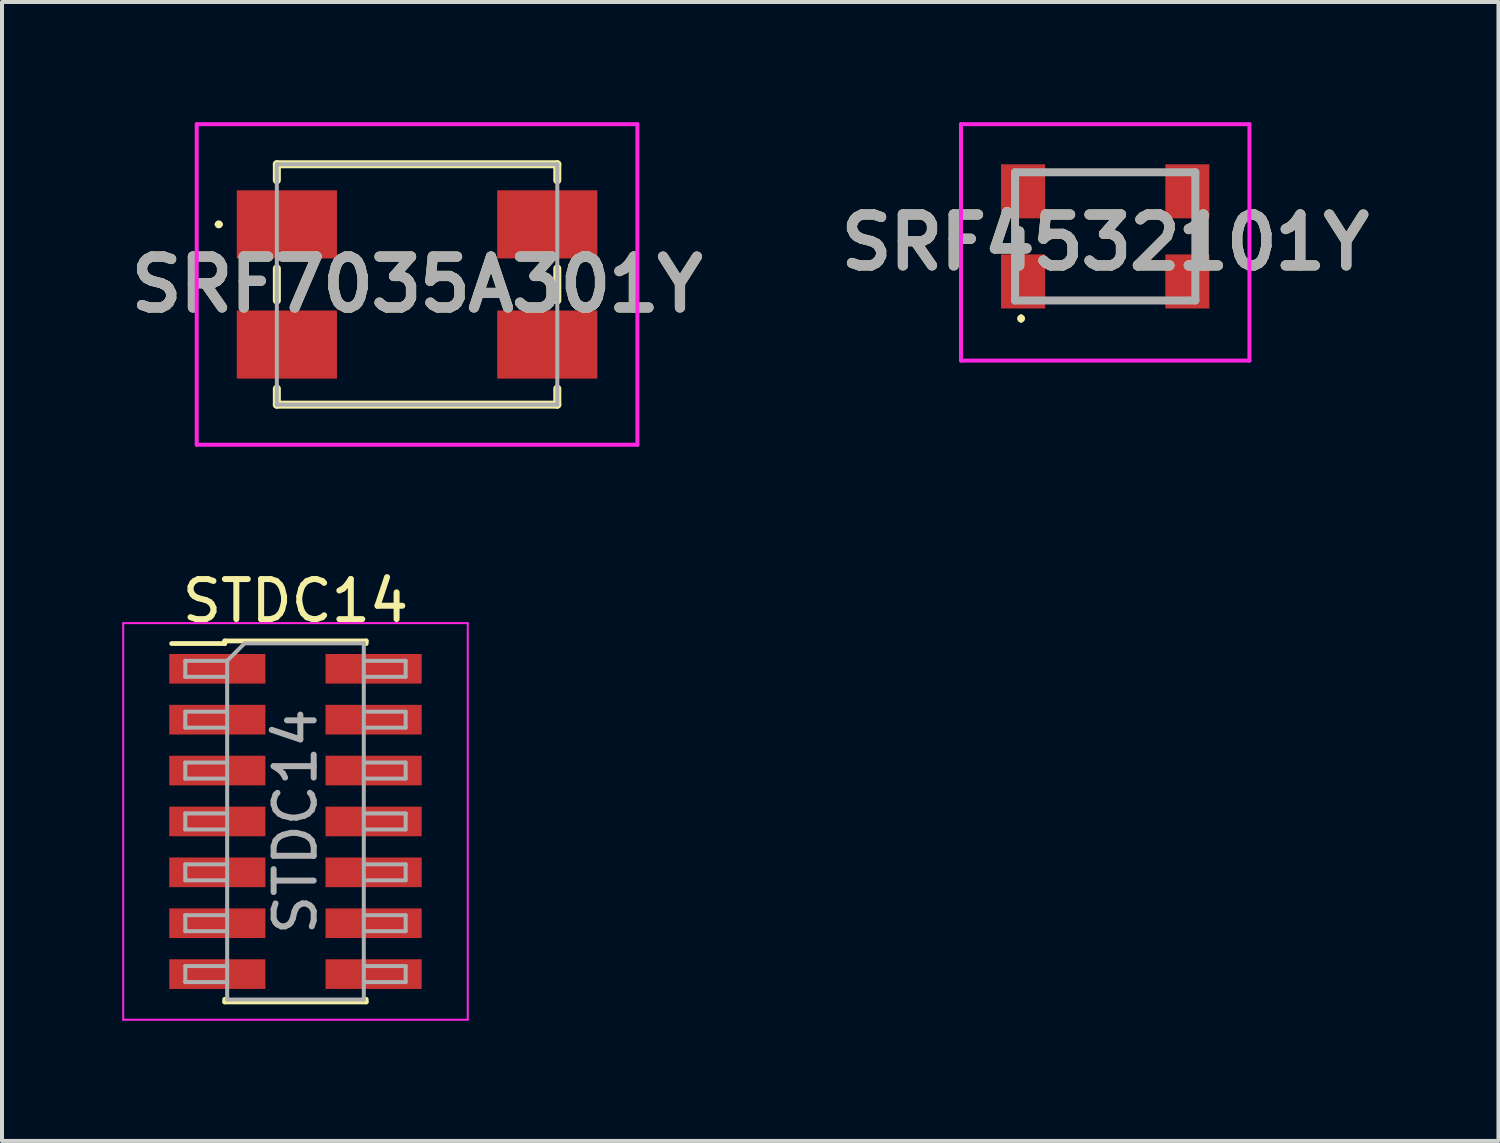
<source format=kicad_pcb>
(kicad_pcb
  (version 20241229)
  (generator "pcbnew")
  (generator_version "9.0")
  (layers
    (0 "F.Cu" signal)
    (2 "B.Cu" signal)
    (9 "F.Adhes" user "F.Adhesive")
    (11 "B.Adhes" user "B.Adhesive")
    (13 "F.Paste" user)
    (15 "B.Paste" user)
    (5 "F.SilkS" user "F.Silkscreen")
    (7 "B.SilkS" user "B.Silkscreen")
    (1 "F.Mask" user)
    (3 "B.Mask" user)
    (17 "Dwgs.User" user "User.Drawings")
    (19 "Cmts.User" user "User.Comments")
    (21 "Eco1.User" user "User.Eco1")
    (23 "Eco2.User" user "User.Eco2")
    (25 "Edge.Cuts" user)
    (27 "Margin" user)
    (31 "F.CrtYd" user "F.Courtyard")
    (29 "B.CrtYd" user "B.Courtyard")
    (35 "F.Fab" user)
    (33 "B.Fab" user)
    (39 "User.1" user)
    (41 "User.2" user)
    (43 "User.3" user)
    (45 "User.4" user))
  (footprint "SRF4532101Y"
    (layer "F.Cu")
    (at 24.536 3.1)
    (property "Reference" "SRF4532101Y" (at 0 -0.1 0) (layer "F.SilkS") (effects (font (size 1.27 1.27) (thickness 0.254))))
    (attr smd)
    (fp_line (start -2.25 -0.45) (end -2.25 -0.05) (stroke (width 0.1) (type solid)) (layer "F.SilkS"))
    (fp_line (start -2.1 1.75) (end -2.1 1.75) (stroke (width 0.1) (type solid)) (layer "F.SilkS"))
    (fp_line (start -2.1 1.85) (end -2.1 1.85) (stroke (width 0.1) (type solid)) (layer "F.SilkS"))
    (fp_line (start -1.2 -1.85) (end 1.2 -1.85) (stroke (width 0.1) (type solid)) (layer "F.SilkS"))
    (fp_line (start -1.2 1.35) (end 1.2 1.35) (stroke (width 0.1) (type solid)) (layer "F.SilkS"))
    (fp_line (start 2.25 -0.45) (end 2.25 -0.05) (stroke (width 0.1) (type solid)) (layer "F.SilkS"))
    (fp_arc (start -2.1 1.75) (mid -2.05 1.8) (end -2.1 1.85) (stroke (width 0.1) (type solid)) (layer "F.SilkS"))
    (fp_arc (start -2.1 1.85) (mid -2.15 1.8) (end -2.1 1.75) (stroke (width 0.1) (type solid)) (layer "F.SilkS"))
    (fp_line (start -3.6 -3.05) (end 3.6 -3.05) (stroke (width 0.1) (type solid)) (layer "F.CrtYd"))
    (fp_line (start -3.6 2.85) (end -3.6 -3.05) (stroke (width 0.1) (type solid)) (layer "F.CrtYd"))
    (fp_line (start 3.6 -3.05) (end 3.6 2.85) (stroke (width 0.1) (type solid)) (layer "F.CrtYd"))
    (fp_line (start 3.6 2.85) (end -3.6 2.85) (stroke (width 0.1) (type solid)) (layer "F.CrtYd"))
    (fp_line (start -2.25 -1.85) (end 2.25 -1.85) (stroke (width 0.2) (type solid)) (layer "F.Fab"))
    (fp_line (start -2.25 1.35) (end -2.25 -1.85) (stroke (width 0.2) (type solid)) (layer "F.Fab"))
    (fp_line (start 2.25 -1.85) (end 2.25 1.35) (stroke (width 0.2) (type solid)) (layer "F.Fab"))
    (fp_line (start 2.25 1.35) (end -2.25 1.35) (stroke (width 0.2) (type solid)) (layer "F.Fab"))
    (fp_text user "${REFERENCE}" (at 0 -0.1 0) (layer "F.Fab") (effects (font (size 1.27 1.27) (thickness 0.254))))
    (pad "1" smd rect (at -2.05 0.875 90) (size 1.35 1.1) (layers "F.Cu" "F.Mask" "F.Paste"))
    (pad "2" smd rect (at 2.05 0.875 90) (size 1.35 1.1) (layers "F.Cu" "F.Mask" "F.Paste"))
    (pad "3" smd rect (at 2.05 -1.375 90) (size 1.35 1.1) (layers "F.Cu" "F.Mask" "F.Paste"))
    (pad "4" smd rect (at -2.05 -1.375 90) (size 1.35 1.1) (layers "F.Cu" "F.Mask" "F.Paste")))
  (footprint "STDC14"
    (layer "F.Cu")
    (at 4.325 17.453)
    (property "Reference" "STDC14" (at 0 -5.505 0) (layer "F.SilkS") (effects (font (size 1 1) (thickness 0.15))))
    (attr smd)
    (fp_line (start -3.09 -4.44) (end -1.765 -4.44) (stroke (width 0.12) (type solid)) (layer "F.SilkS"))
    (fp_line (start -1.765 -4.505) (end -1.765 -4.44) (stroke (width 0.12) (type solid)) (layer "F.SilkS"))
    (fp_line (start -1.765 -4.505) (end 1.765 -4.505) (stroke (width 0.12) (type solid)) (layer "F.SilkS"))
    (fp_line (start -1.765 4.44) (end -1.765 4.505) (stroke (width 0.12) (type solid)) (layer "F.SilkS"))
    (fp_line (start -1.765 4.505) (end 1.765 4.505) (stroke (width 0.12) (type solid)) (layer "F.SilkS"))
    (fp_line (start 1.765 -4.505) (end 1.765 -4.44) (stroke (width 0.12) (type solid)) (layer "F.SilkS"))
    (fp_line (start 1.765 4.44) (end 1.765 4.505) (stroke (width 0.12) (type solid)) (layer "F.SilkS"))
    (fp_line (start -4.3 -4.95) (end -4.3 4.95) (stroke (width 0.05) (type solid)) (layer "F.CrtYd"))
    (fp_line (start -4.3 4.95) (end 4.3 4.95) (stroke (width 0.05) (type solid)) (layer "F.CrtYd"))
    (fp_line (start 4.3 -4.95) (end -4.3 -4.95) (stroke (width 0.05) (type solid)) (layer "F.CrtYd"))
    (fp_line (start 4.3 4.95) (end 4.3 -4.95) (stroke (width 0.05) (type solid)) (layer "F.CrtYd"))
    (fp_line (start -2.75 -4.01) (end -2.75 -3.61) (stroke (width 0.1) (type solid)) (layer "F.Fab"))
    (fp_line (start -2.75 -3.61) (end -1.705 -3.61) (stroke (width 0.1) (type solid)) (layer "F.Fab"))
    (fp_line (start -2.75 -2.74) (end -2.75 -2.34) (stroke (width 0.1) (type solid)) (layer "F.Fab"))
    (fp_line (start -2.75 -2.34) (end -1.705 -2.34) (stroke (width 0.1) (type solid)) (layer "F.Fab"))
    (fp_line (start -2.75 -1.47) (end -2.75 -1.07) (stroke (width 0.1) (type solid)) (layer "F.Fab"))
    (fp_line (start -2.75 -1.07) (end -1.705 -1.07) (stroke (width 0.1) (type solid)) (layer "F.Fab"))
    (fp_line (start -2.75 -0.2) (end -2.75 0.2) (stroke (width 0.1) (type solid)) (layer "F.Fab"))
    (fp_line (start -2.75 0.2) (end -1.705 0.2) (stroke (width 0.1) (type solid)) (layer "F.Fab"))
    (fp_line (start -2.75 1.07) (end -2.75 1.47) (stroke (width 0.1) (type solid)) (layer "F.Fab"))
    (fp_line (start -2.75 1.47) (end -1.705 1.47) (stroke (width 0.1) (type solid)) (layer "F.Fab"))
    (fp_line (start -2.75 2.34) (end -2.75 2.74) (stroke (width 0.1) (type solid)) (layer "F.Fab"))
    (fp_line (start -2.75 2.74) (end -1.705 2.74) (stroke (width 0.1) (type solid)) (layer "F.Fab"))
    (fp_line (start -2.75 3.61) (end -2.75 4.01) (stroke (width 0.1) (type solid)) (layer "F.Fab"))
    (fp_line (start -2.75 4.01) (end -1.705 4.01) (stroke (width 0.1) (type solid)) (layer "F.Fab"))
    (fp_line (start -1.705 -4.01) (end -2.75 -4.01) (stroke (width 0.1) (type solid)) (layer "F.Fab"))
    (fp_line (start -1.705 -4.01) (end -1.27 -4.445) (stroke (width 0.1) (type solid)) (layer "F.Fab"))
    (fp_line (start -1.705 -2.74) (end -2.75 -2.74) (stroke (width 0.1) (type solid)) (layer "F.Fab"))
    (fp_line (start -1.705 -1.47) (end -2.75 -1.47) (stroke (width 0.1) (type solid)) (layer "F.Fab"))
    (fp_line (start -1.705 -0.2) (end -2.75 -0.2) (stroke (width 0.1) (type solid)) (layer "F.Fab"))
    (fp_line (start -1.705 1.07) (end -2.75 1.07) (stroke (width 0.1) (type solid)) (layer "F.Fab"))
    (fp_line (start -1.705 2.34) (end -2.75 2.34) (stroke (width 0.1) (type solid)) (layer "F.Fab"))
    (fp_line (start -1.705 3.61) (end -2.75 3.61) (stroke (width 0.1) (type solid)) (layer "F.Fab"))
    (fp_line (start -1.705 4.445) (end -1.705 -4.01) (stroke (width 0.1) (type solid)) (layer "F.Fab"))
    (fp_line (start -1.27 -4.445) (end 1.705 -4.445) (stroke (width 0.1) (type solid)) (layer "F.Fab"))
    (fp_line (start 1.705 -4.445) (end 1.705 4.445) (stroke (width 0.1) (type solid)) (layer "F.Fab"))
    (fp_line (start 1.705 -4.01) (end 2.75 -4.01) (stroke (width 0.1) (type solid)) (layer "F.Fab"))
    (fp_line (start 1.705 -2.74) (end 2.75 -2.74) (stroke (width 0.1) (type solid)) (layer "F.Fab"))
    (fp_line (start 1.705 -1.47) (end 2.75 -1.47) (stroke (width 0.1) (type solid)) (layer "F.Fab"))
    (fp_line (start 1.705 -0.2) (end 2.75 -0.2) (stroke (width 0.1) (type solid)) (layer "F.Fab"))
    (fp_line (start 1.705 1.07) (end 2.75 1.07) (stroke (width 0.1) (type solid)) (layer "F.Fab"))
    (fp_line (start 1.705 2.34) (end 2.75 2.34) (stroke (width 0.1) (type solid)) (layer "F.Fab"))
    (fp_line (start 1.705 3.61) (end 2.75 3.61) (stroke (width 0.1) (type solid)) (layer "F.Fab"))
    (fp_line (start 1.705 4.445) (end -1.705 4.445) (stroke (width 0.1) (type solid)) (layer "F.Fab"))
    (fp_line (start 2.75 -4.01) (end 2.75 -3.61) (stroke (width 0.1) (type solid)) (layer "F.Fab"))
    (fp_line (start 2.75 -3.61) (end 1.705 -3.61) (stroke (width 0.1) (type solid)) (layer "F.Fab"))
    (fp_line (start 2.75 -2.74) (end 2.75 -2.34) (stroke (width 0.1) (type solid)) (layer "F.Fab"))
    (fp_line (start 2.75 -2.34) (end 1.705 -2.34) (stroke (width 0.1) (type solid)) (layer "F.Fab"))
    (fp_line (start 2.75 -1.47) (end 2.75 -1.07) (stroke (width 0.1) (type solid)) (layer "F.Fab"))
    (fp_line (start 2.75 -1.07) (end 1.705 -1.07) (stroke (width 0.1) (type solid)) (layer "F.Fab"))
    (fp_line (start 2.75 -0.2) (end 2.75 0.2) (stroke (width 0.1) (type solid)) (layer "F.Fab"))
    (fp_line (start 2.75 0.2) (end 1.705 0.2) (stroke (width 0.1) (type solid)) (layer "F.Fab"))
    (fp_line (start 2.75 1.07) (end 2.75 1.47) (stroke (width 0.1) (type solid)) (layer "F.Fab"))
    (fp_line (start 2.75 1.47) (end 1.705 1.47) (stroke (width 0.1) (type solid)) (layer "F.Fab"))
    (fp_line (start 2.75 2.34) (end 2.75 2.74) (stroke (width 0.1) (type solid)) (layer "F.Fab"))
    (fp_line (start 2.75 2.74) (end 1.705 2.74) (stroke (width 0.1) (type solid)) (layer "F.Fab"))
    (fp_line (start 2.75 3.61) (end 2.75 4.01) (stroke (width 0.1) (type solid)) (layer "F.Fab"))
    (fp_line (start 2.75 4.01) (end 1.705 4.01) (stroke (width 0.1) (type solid)) (layer "F.Fab"))
    (fp_text user "${REFERENCE}" (at 0 0 90) (layer "F.Fab") (effects (font (size 1 1) (thickness 0.15))))
    (pad "1" smd rect (at -1.95 -3.81) (size 2.4 0.74) (layers "F.Cu" "F.Mask" "F.Paste"))
    (pad "2" smd rect (at 1.95 -3.81) (size 2.4 0.74) (layers "F.Cu" "F.Mask" "F.Paste"))
    (pad "3" smd rect (at -1.95 -2.54) (size 2.4 0.74) (layers "F.Cu" "F.Mask" "F.Paste"))
    (pad "4" smd rect (at 1.95 -2.54) (size 2.4 0.74) (layers "F.Cu" "F.Mask" "F.Paste"))
    (pad "5" smd rect (at -1.95 -1.27) (size 2.4 0.74) (layers "F.Cu" "F.Mask" "F.Paste"))
    (pad "6" smd rect (at 1.95 -1.27) (size 2.4 0.74) (layers "F.Cu" "F.Mask" "F.Paste"))
    (pad "7" smd rect (at -1.95 0) (size 2.4 0.74) (layers "F.Cu" "F.Mask" "F.Paste"))
    (pad "8" smd rect (at 1.95 0) (size 2.4 0.74) (layers "F.Cu" "F.Mask" "F.Paste"))
    (pad "9" smd rect (at -1.95 1.27) (size 2.4 0.74) (layers "F.Cu" "F.Mask" "F.Paste"))
    (pad "10" smd rect (at 1.95 1.27) (size 2.4 0.74) (layers "F.Cu" "F.Mask" "F.Paste"))
    (pad "11" smd rect (at -1.95 2.54) (size 2.4 0.74) (layers "F.Cu" "F.Mask" "F.Paste"))
    (pad "12" smd rect (at 1.95 2.54) (size 2.4 0.74) (layers "F.Cu" "F.Mask" "F.Paste"))
    (pad "13" smd rect (at -1.95 3.81) (size 2.4 0.74) (layers "F.Cu" "F.Mask" "F.Paste"))
    (pad "14" smd rect (at 1.95 3.81) (size 2.4 0.74) (layers "F.Cu" "F.Mask" "F.Paste")))
  (footprint "SRF7035A301Y"
    (layer "F.Cu")
    (at 7.36 4.05)
    (property "Reference" "SRF7035A301Y" (at 0 0 0) (layer "F.SilkS") (effects (font (size 1.27 1.27) (thickness 0.254))))
    (attr smd)
    (fp_line (start -5 -1.5) (end -5 -1.5) (stroke (width 0.1) (type solid)) (layer "F.SilkS"))
    (fp_line (start -4.9 -1.5) (end -4.9 -1.5) (stroke (width 0.1) (type solid)) (layer "F.SilkS"))
    (fp_line (start -3.5 -3) (end 3.5 -3) (stroke (width 0.2) (type solid)) (layer "F.SilkS"))
    (fp_line (start -3.5 -2.6) (end -3.5 -3) (stroke (width 0.2) (type solid)) (layer "F.SilkS"))
    (fp_line (start -3.5 -0.4) (end -3.5 0.4) (stroke (width 0.2) (type solid)) (layer "F.SilkS"))
    (fp_line (start -3.5 3) (end -3.5 2.6) (stroke (width 0.2) (type solid)) (layer "F.SilkS"))
    (fp_line (start 3.5 -3) (end 3.5 -2.6) (stroke (width 0.2) (type solid)) (layer "F.SilkS"))
    (fp_line (start 3.5 -0.4) (end 3.5 0.4) (stroke (width 0.2) (type solid)) (layer "F.SilkS"))
    (fp_line (start 3.5 2.6) (end 3.5 3) (stroke (width 0.2) (type solid)) (layer "F.SilkS"))
    (fp_line (start 3.5 3) (end -3.5 3) (stroke (width 0.2) (type solid)) (layer "F.SilkS"))
    (fp_arc (start -5 -1.5) (mid -4.95 -1.55) (end -4.9 -1.5) (stroke (width 0.1) (type solid)) (layer "F.SilkS"))
    (fp_arc (start -4.9 -1.5) (mid -4.95 -1.45) (end -5 -1.5) (stroke (width 0.1) (type solid)) (layer "F.SilkS"))
    (fp_line (start -5.5 -4) (end 5.5 -4) (stroke (width 0.1) (type solid)) (layer "F.CrtYd"))
    (fp_line (start -5.5 4) (end -5.5 -4) (stroke (width 0.1) (type solid)) (layer "F.CrtYd"))
    (fp_line (start 5.5 -4) (end 5.5 4) (stroke (width 0.1) (type solid)) (layer "F.CrtYd"))
    (fp_line (start 5.5 4) (end -5.5 4) (stroke (width 0.1) (type solid)) (layer "F.CrtYd"))
    (fp_line (start -3.5 -3) (end -3.5 3) (stroke (width 0.1) (type solid)) (layer "F.Fab"))
    (fp_line (start -3.5 3) (end 3.5 3) (stroke (width 0.1) (type solid)) (layer "F.Fab"))
    (fp_line (start 3.5 -3) (end -3.5 -3) (stroke (width 0.1) (type solid)) (layer "F.Fab"))
    (fp_line (start 3.5 3) (end 3.5 -3) (stroke (width 0.1) (type solid)) (layer "F.Fab"))
    (fp_text user "${REFERENCE}" (at 0 0 0) (layer "F.Fab") (effects (font (size 1.27 1.27) (thickness 0.254))))
    (pad "1" smd rect (at -3.25 -1.5 90) (size 1.7 2.5) (layers "F.Cu" "F.Mask" "F.Paste"))
    (pad "2" smd rect (at -3.25 1.5 90) (size 1.7 2.5) (layers "F.Cu" "F.Mask" "F.Paste"))
    (pad "3" smd rect (at 3.25 1.5 90) (size 1.7 2.5) (layers "F.Cu" "F.Mask" "F.Paste"))
    (pad "4" smd rect (at 3.25 -1.5 90) (size 1.7 2.5) (layers "F.Cu" "F.Mask" "F.Paste")))
  (gr_rect
    (start -3 -3)
    (end 34.351 25.428)
    (stroke (width 0.1) (type default))
    (fill no)
    (layer "Edge.Cuts")))
</source>
